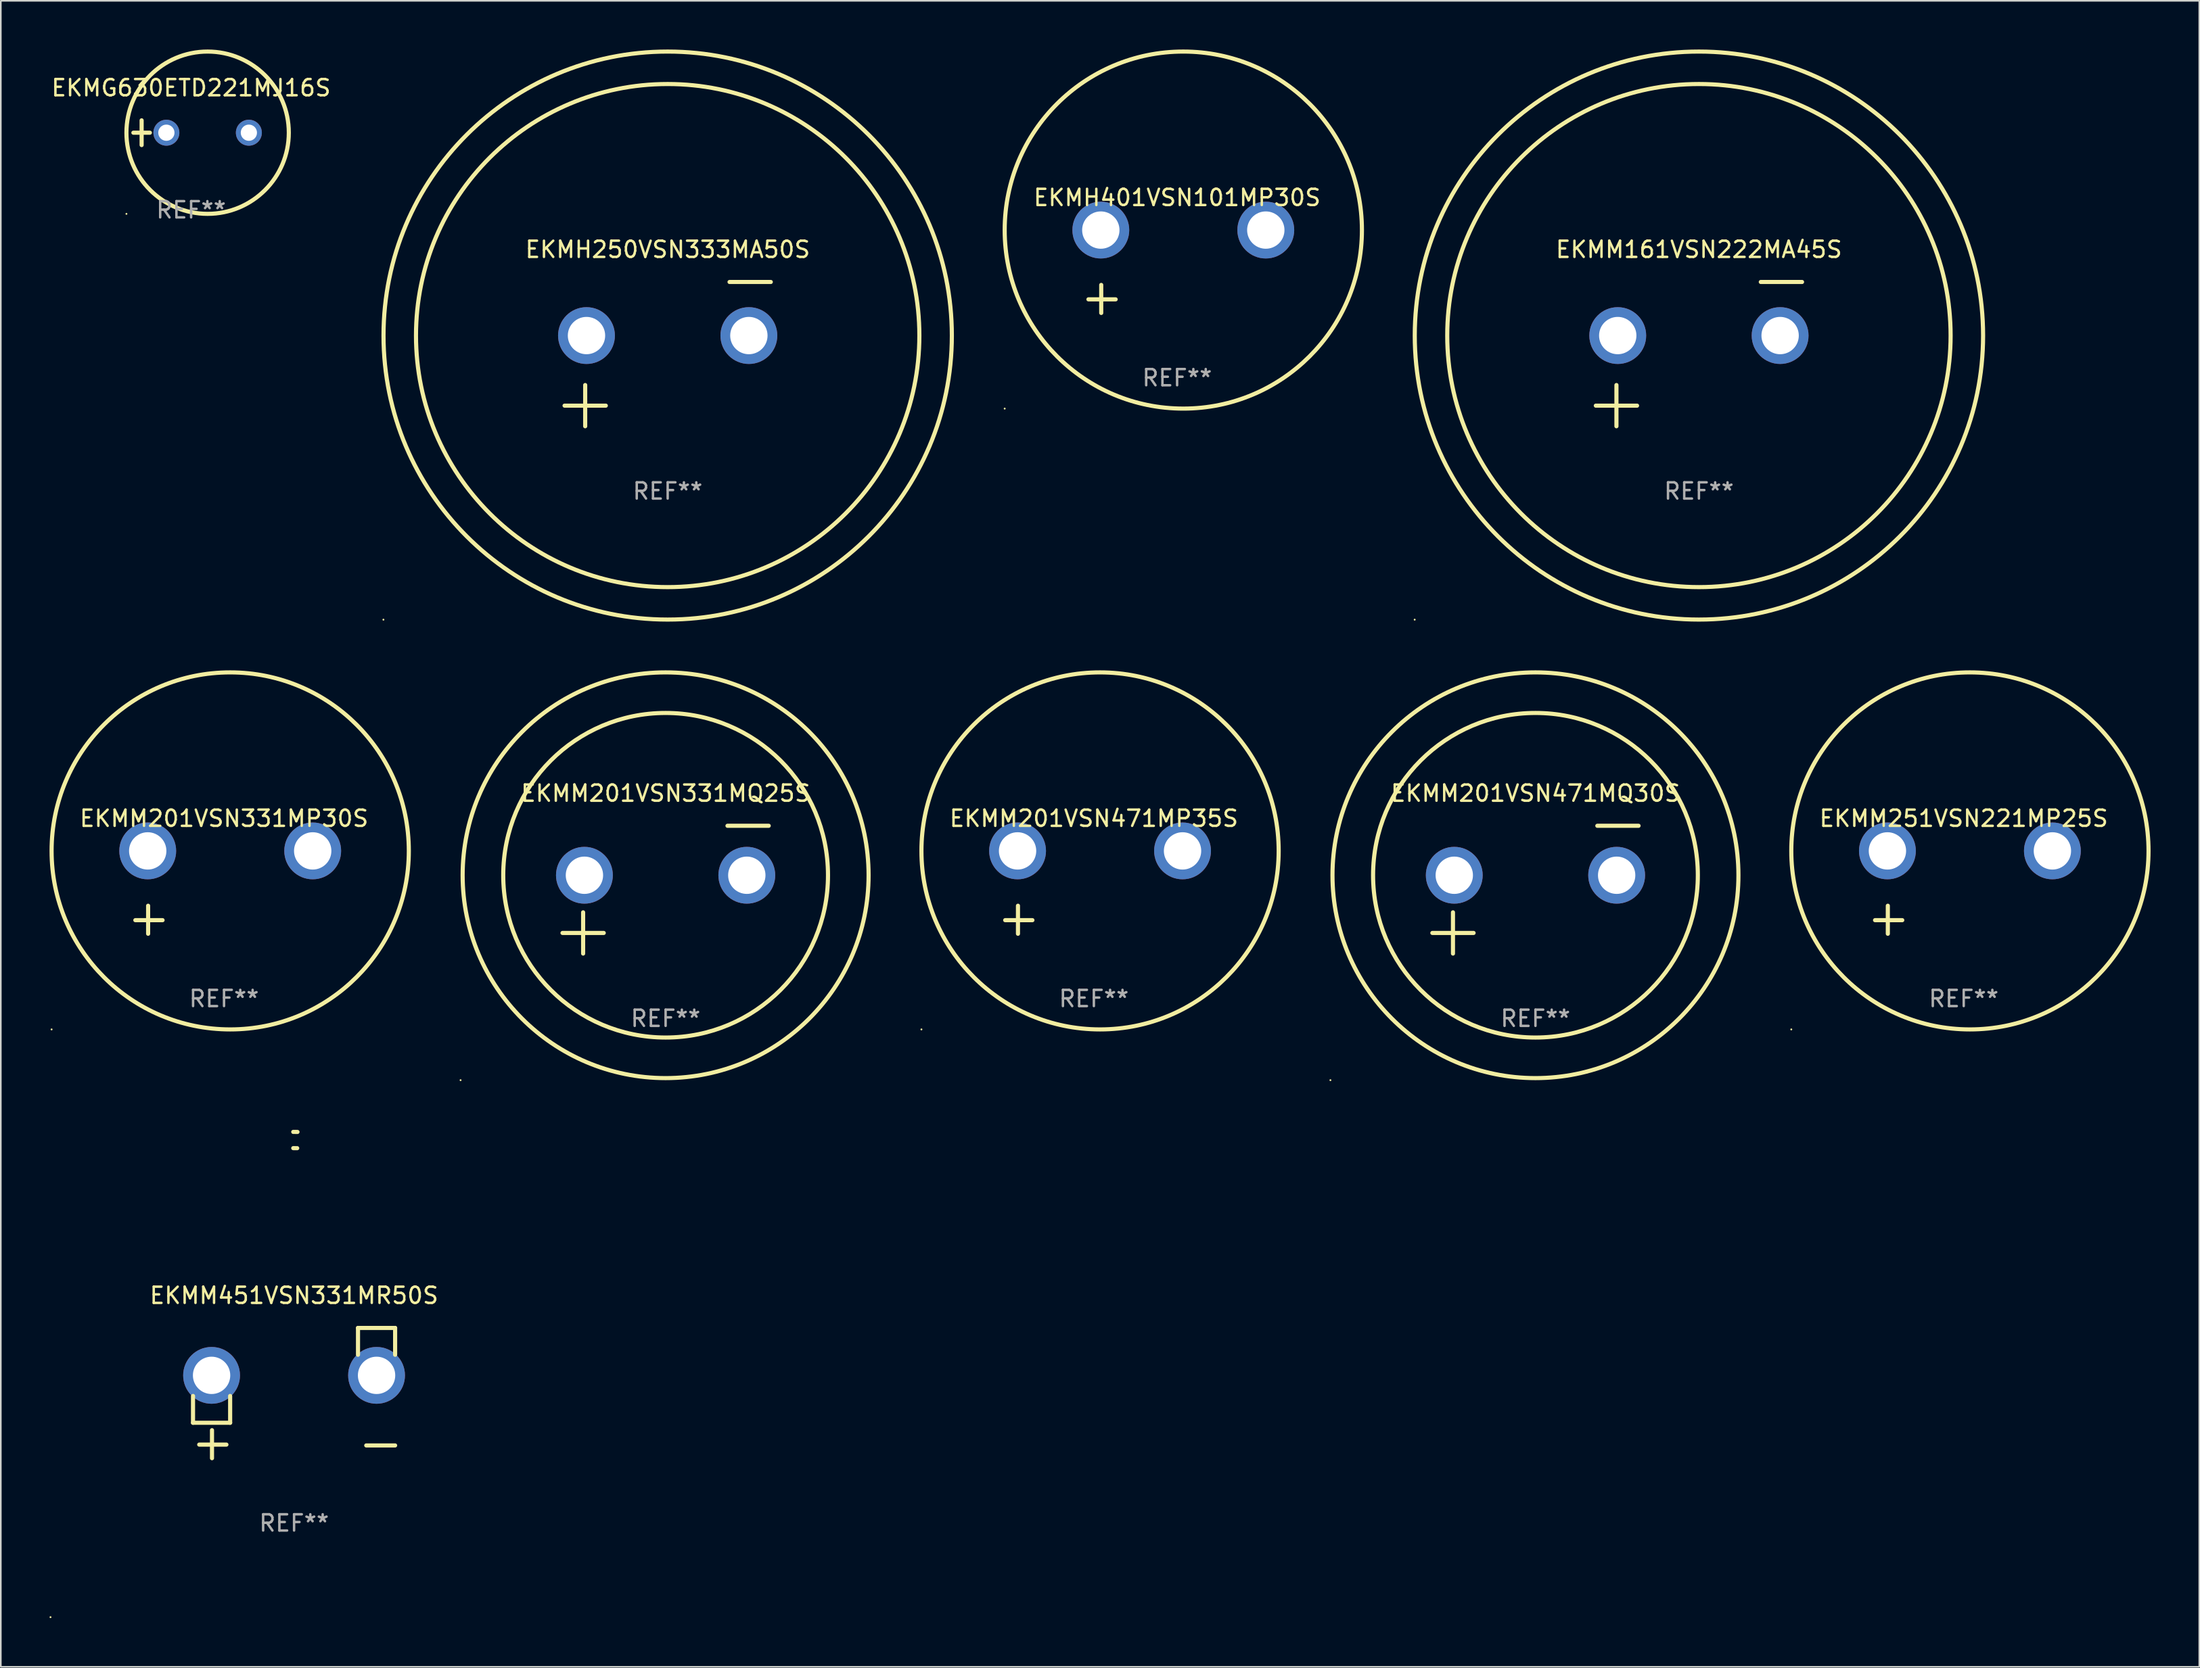
<source format=kicad_pcb>
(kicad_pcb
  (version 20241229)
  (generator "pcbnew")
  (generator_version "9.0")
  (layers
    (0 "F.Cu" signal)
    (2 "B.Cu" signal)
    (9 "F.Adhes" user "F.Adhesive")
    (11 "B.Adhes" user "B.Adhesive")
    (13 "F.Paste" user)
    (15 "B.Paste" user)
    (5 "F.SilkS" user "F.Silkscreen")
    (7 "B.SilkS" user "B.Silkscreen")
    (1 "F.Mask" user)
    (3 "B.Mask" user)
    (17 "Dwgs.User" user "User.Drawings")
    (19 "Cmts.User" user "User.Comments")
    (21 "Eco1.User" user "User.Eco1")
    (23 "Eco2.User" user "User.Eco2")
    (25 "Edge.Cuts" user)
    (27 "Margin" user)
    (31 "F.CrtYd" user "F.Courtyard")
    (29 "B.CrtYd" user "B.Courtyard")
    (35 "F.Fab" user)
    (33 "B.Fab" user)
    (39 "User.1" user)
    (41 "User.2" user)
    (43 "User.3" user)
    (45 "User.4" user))
  (footprint "EKMM451VSN331MR50S"
    (layer "F.Cu")
    (at 15.06 82.789)
    (property "Reference" "EKMM451VSN331MR50S" (at 0 -6.013 0) (layer "F.SilkS") (effects (font (size 1 1) (thickness 0.15))))
    (attr through_hole)
    (fp_line (start -6.223 0.178) (end -6.223 1.829) (stroke (width 0.254) (type solid)) (layer "F.SilkS"))
    (fp_line (start -6.223 1.829) (end -3.937 1.829) (stroke (width 0.254) (type solid)) (layer "F.SilkS"))
    (fp_line (start -5.055 4.013) (end -5.055 2.286) (stroke (width 0.254) (type solid)) (layer "F.SilkS"))
    (fp_line (start -4.166 3.175) (end -5.842 3.175) (stroke (width 0.254) (type solid)) (layer "F.SilkS"))
    (fp_line (start -3.937 1.829) (end -3.937 0.178) (stroke (width 0.254) (type solid)) (layer "F.SilkS"))
    (fp_line (start 3.937 -4.013) (end 3.937 -2.362) (stroke (width 0.254) (type solid)) (layer "F.SilkS"))
    (fp_line (start 6.223 -4.013) (end 3.937 -4.013) (stroke (width 0.254) (type solid)) (layer "F.SilkS"))
    (fp_line (start 6.223 -2.362) (end 6.223 -4.013) (stroke (width 0.254) (type solid)) (layer "F.SilkS"))
    (fp_line (start 6.223 3.226) (end 4.445 3.226) (stroke (width 0.254) (type solid)) (layer "F.SilkS"))
    (fp_arc (start -0.0508 -16.093472) (mid 0.080016 -16.092762) (end 0.210821 -16.090932) (stroke (width 0.254001) (type solid)) (layer "F.SilkS"))
    (fp_arc (start -0.0508 -15.09271) (mid 0.071125 -15.091961) (end 0.19304 -15.09017) (stroke (width 0.254001) (type solid)) (layer "F.SilkS"))
    (fp_circle (center -15 13.808) (end -14.97 13.808) (stroke (width 0.06) (type solid)) (fill no) (layer "F.SilkS"))
    (fp_text user "REF**" (at 0 8.013 0) (layer "F.Fab") (effects (font (size 1 1) (thickness 0.15))))
    (pad "1" thru_hole circle (at -5.08 -1.092) (size 3.5 3.5) (drill 2.3) (layers "*.Cu" "*.Mask"))
    (pad "2" thru_hole circle (at 5.08 -1.092) (size 3.5 3.5) (drill 2.3) (layers "*.Cu" "*.Mask")))
  (footprint "EKMM201VSN471MQ30S"
    (layer "F.Cu")
    (at 91.509 51.77)
    (property "Reference" "EKMM201VSN471MQ30S" (at 0 -5.937 0) (layer "F.SilkS") (effects (font (size 1 1) (thickness 0.15))))
    (attr through_hole)
    (fp_line (start -6.35 2.667) (end -3.81 2.667) (stroke (width 0.254) (type solid)) (layer "F.SilkS"))
    (fp_line (start -5.08 1.397) (end -5.08 3.937) (stroke (width 0.254) (type solid)) (layer "F.SilkS"))
    (fp_line (start 3.81 -3.937) (end 6.35 -3.937) (stroke (width 0.254) (type solid)) (layer "F.SilkS"))
    (fp_circle (center -12.627 11.738) (end -12.597 11.738) (stroke (width 0.06) (type solid)) (fill no) (layer "F.SilkS"))
    (fp_circle (center 0 -0.889) (end 10 -0.889) (stroke (width 0.254) (type solid)) (fill no) (layer "F.SilkS"))
    (fp_circle (center 0 -0.889) (end 12.5 -0.889) (stroke (width 0.254) (type solid)) (fill no) (layer "F.SilkS"))
    (fp_text user "REF**" (at 0 7.937 0) (layer "F.Fab") (effects (font (size 1 1) (thickness 0.15))))
    (pad "1" thru_hole circle (at -5 -0.889) (size 3.5 3.5) (drill 2.3) (layers "*.Cu" "*.Mask"))
    (pad "2" thru_hole circle (at 5 -0.889) (size 3.5 3.5) (drill 2.3) (layers "*.Cu" "*.Mask")))
  (footprint "EKMM201VSN331MQ25S"
    (layer "F.Cu")
    (at 37.941 51.77)
    (property "Reference" "EKMM201VSN331MQ25S" (at 0 -5.937 0) (layer "F.SilkS") (effects (font (size 1 1) (thickness 0.15))))
    (attr through_hole)
    (fp_line (start -6.35 2.667) (end -3.81 2.667) (stroke (width 0.254) (type solid)) (layer "F.SilkS"))
    (fp_line (start -5.08 1.397) (end -5.08 3.937) (stroke (width 0.254) (type solid)) (layer "F.SilkS"))
    (fp_line (start 3.81 -3.937) (end 6.35 -3.937) (stroke (width 0.254) (type solid)) (layer "F.SilkS"))
    (fp_circle (center -12.627 11.738) (end -12.597 11.738) (stroke (width 0.06) (type solid)) (fill no) (layer "F.SilkS"))
    (fp_circle (center 0 -0.889) (end 10 -0.889) (stroke (width 0.254) (type solid)) (fill no) (layer "F.SilkS"))
    (fp_circle (center 0 -0.889) (end 12.5 -0.889) (stroke (width 0.254) (type solid)) (fill no) (layer "F.SilkS"))
    (fp_text user "REF**" (at 0 7.937 0) (layer "F.Fab") (effects (font (size 1 1) (thickness 0.15))))
    (pad "1" thru_hole circle (at -5 -0.889) (size 3.5 3.5) (drill 2.3) (layers "*.Cu" "*.Mask"))
    (pad "2" thru_hole circle (at 5 -0.889) (size 3.5 3.5) (drill 2.3) (layers "*.Cu" "*.Mask")))
  (footprint "EKMG630ETD221MJ16S"
    (layer "F.Cu")
    (at 8.72 5.127)
    (property "Reference" "EKMG630ETD221MJ16S" (at 0 -2.762 0) (layer "F.SilkS") (effects (font (size 1 1) (thickness 0.15))))
    (attr through_hole)
    (fp_line (start -3.556 0) (end -2.54 0) (stroke (width 0.254) (type solid)) (layer "F.SilkS"))
    (fp_line (start -3.048 -0.762) (end -3.048 0.762) (stroke (width 0.254) (type solid)) (layer "F.SilkS"))
    (fp_circle (center -3.984 5) (end -3.954 5) (stroke (width 0.06) (type solid)) (fill no) (layer "F.SilkS"))
    (fp_circle (center 1.016 0) (end 6.016 0) (stroke (width 0.254) (type solid)) (fill no) (layer "F.SilkS"))
    (fp_text user "REF**" (at 0 4.762 0) (layer "F.Fab") (effects (font (size 1 1) (thickness 0.15))))
    (pad "1" thru_hole circle (at -1.524 0) (size 1.6 1.6) (drill 1) (layers "*.Cu" "*.Mask"))
    (pad "2" thru_hole circle (at 3.556 0) (size 1.6 1.6) (drill 1) (layers "*.Cu" "*.Mask")))
  (footprint "EKMM161VSN222MA45S"
    (layer "F.Cu")
    (at 101.576 18.77)
    (property "Reference" "EKMM161VSN222MA45S" (at 0 -6.445 0) (layer "F.SilkS") (effects (font (size 1 1) (thickness 0.15))))
    (attr through_hole)
    (fp_line (start -6.35 3.175) (end -3.81 3.175) (stroke (width 0.254) (type solid)) (layer "F.SilkS"))
    (fp_line (start -5.08 1.905) (end -5.08 4.445) (stroke (width 0.254) (type solid)) (layer "F.SilkS"))
    (fp_line (start 3.81 -4.445) (end 6.35 -4.445) (stroke (width 0.254) (type solid)) (layer "F.SilkS"))
    (fp_circle (center -17.505 16.362) (end -17.475 16.362) (stroke (width 0.06) (type solid)) (fill no) (layer "F.SilkS"))
    (fp_circle (center 0 -1.143) (end 15.5 -1.143) (stroke (width 0.254) (type solid)) (fill no) (layer "F.SilkS"))
    (fp_circle (center 0 -1.143) (end 17.5 -1.143) (stroke (width 0.254) (type solid)) (fill no) (layer "F.SilkS"))
    (fp_text user "REF**" (at 0 8.445 0) (layer "F.Fab") (effects (font (size 1 1) (thickness 0.15))))
    (pad "1" thru_hole circle (at -5 -1.143) (size 3.5 3.5) (drill 2.3) (layers "*.Cu" "*.Mask"))
    (pad "2" thru_hole circle (at 5 -1.143) (size 3.5 3.5) (drill 2.3) (layers "*.Cu" "*.Mask")))
  (footprint "EKMM201VSN471MP35S"
    (layer "F.Cu")
    (at 64.314 51.934)
    (property "Reference" "EKMM201VSN471MP35S" (at 0 -4.553 0) (layer "F.SilkS") (effects (font (size 1 1) (thickness 0.15))))
    (attr through_hole)
    (fp_line (start -4.674 2.553) (end -4.674 0.826) (stroke (width 0.254) (type solid)) (layer "F.SilkS"))
    (fp_line (start -3.785 1.715) (end -5.461 1.715) (stroke (width 0.254) (type solid)) (layer "F.SilkS"))
    (fp_circle (center -10.619 8.447) (end -10.589 8.447) (stroke (width 0.06) (type solid)) (fill no) (layer "F.SilkS"))
    (fp_circle (center 0.381 -2.553) (end 11.381 -2.553) (stroke (width 0.254) (type solid)) (fill no) (layer "F.SilkS"))
    (fp_text user "REF**" (at 0 6.553 0) (layer "F.Fab") (effects (font (size 1 1) (thickness 0.15))))
    (pad "1" thru_hole circle (at -4.699 -2.553) (size 3.5 3.5) (drill 2.3) (layers "*.Cu" "*.Mask"))
    (pad "2" thru_hole circle (at 5.461 -2.553) (size 3.5 3.5) (drill 2.3) (layers "*.Cu" "*.Mask")))
  (footprint "EKMM201VSN331MP30S"
    (layer "F.Cu")
    (at 10.746 51.934)
    (property "Reference" "EKMM201VSN331MP30S" (at 0 -4.553 0) (layer "F.SilkS") (effects (font (size 1 1) (thickness 0.15))))
    (attr through_hole)
    (fp_line (start -4.674 2.553) (end -4.674 0.826) (stroke (width 0.254) (type solid)) (layer "F.SilkS"))
    (fp_line (start -3.785 1.715) (end -5.461 1.715) (stroke (width 0.254) (type solid)) (layer "F.SilkS"))
    (fp_circle (center -10.619 8.447) (end -10.589 8.447) (stroke (width 0.06) (type solid)) (fill no) (layer "F.SilkS"))
    (fp_circle (center 0.381 -2.553) (end 11.381 -2.553) (stroke (width 0.254) (type solid)) (fill no) (layer "F.SilkS"))
    (fp_text user "REF**" (at 0 6.553 0) (layer "F.Fab") (effects (font (size 1 1) (thickness 0.15))))
    (pad "1" thru_hole circle (at -4.699 -2.553) (size 3.5 3.5) (drill 2.3) (layers "*.Cu" "*.Mask"))
    (pad "2" thru_hole circle (at 5.461 -2.553) (size 3.5 3.5) (drill 2.3) (layers "*.Cu" "*.Mask")))
  (footprint "EKMH250VSN333MA50S"
    (layer "F.Cu")
    (at 38.068 18.77)
    (property "Reference" "EKMH250VSN333MA50S" (at 0 -6.445 0) (layer "F.SilkS") (effects (font (size 1 1) (thickness 0.15))))
    (attr through_hole)
    (fp_line (start -6.35 3.175) (end -3.81 3.175) (stroke (width 0.254) (type solid)) (layer "F.SilkS"))
    (fp_line (start -5.08 1.905) (end -5.08 4.445) (stroke (width 0.254) (type solid)) (layer "F.SilkS"))
    (fp_line (start 3.81 -4.445) (end 6.35 -4.445) (stroke (width 0.254) (type solid)) (layer "F.SilkS"))
    (fp_circle (center -17.505 16.362) (end -17.475 16.362) (stroke (width 0.06) (type solid)) (fill no) (layer "F.SilkS"))
    (fp_circle (center 0 -1.143) (end 15.5 -1.143) (stroke (width 0.254) (type solid)) (fill no) (layer "F.SilkS"))
    (fp_circle (center 0 -1.143) (end 17.5 -1.143) (stroke (width 0.254) (type solid)) (fill no) (layer "F.SilkS"))
    (fp_text user "REF**" (at 0 8.445 0) (layer "F.Fab") (effects (font (size 1 1) (thickness 0.15))))
    (pad "1" thru_hole circle (at -5 -1.143) (size 3.5 3.5) (drill 2.3) (layers "*.Cu" "*.Mask"))
    (pad "2" thru_hole circle (at 5 -1.143) (size 3.5 3.5) (drill 2.3) (layers "*.Cu" "*.Mask")))
  (footprint "EKMH401VSN101MP30S"
    (layer "F.Cu")
    (at 69.441 13.68)
    (property "Reference" "EKMH401VSN101MP30S" (at 0 -4.553 0) (layer "F.SilkS") (effects (font (size 1 1) (thickness 0.15))))
    (attr through_hole)
    (fp_line (start -4.674 2.553) (end -4.674 0.826) (stroke (width 0.254) (type solid)) (layer "F.SilkS"))
    (fp_line (start -3.785 1.715) (end -5.461 1.715) (stroke (width 0.254) (type solid)) (layer "F.SilkS"))
    (fp_circle (center -10.619 8.447) (end -10.589 8.447) (stroke (width 0.06) (type solid)) (fill no) (layer "F.SilkS"))
    (fp_circle (center 0.381 -2.553) (end 11.381 -2.553) (stroke (width 0.254) (type solid)) (fill no) (layer "F.SilkS"))
    (fp_text user "REF**" (at 0 6.553 0) (layer "F.Fab") (effects (font (size 1 1) (thickness 0.15))))
    (pad "1" thru_hole circle (at -4.699 -2.553) (size 3.5 3.5) (drill 2.3) (layers "*.Cu" "*.Mask"))
    (pad "2" thru_hole circle (at 5.461 -2.553) (size 3.5 3.5) (drill 2.3) (layers "*.Cu" "*.Mask")))
  (footprint "EKMM251VSN221MP25S"
    (layer "F.Cu")
    (at 117.883 51.934)
    (property "Reference" "EKMM251VSN221MP25S" (at 0 -4.553 0) (layer "F.SilkS") (effects (font (size 1 1) (thickness 0.15))))
    (attr through_hole)
    (fp_line (start -4.674 2.553) (end -4.674 0.826) (stroke (width 0.254) (type solid)) (layer "F.SilkS"))
    (fp_line (start -3.785 1.715) (end -5.461 1.715) (stroke (width 0.254) (type solid)) (layer "F.SilkS"))
    (fp_circle (center -10.619 8.447) (end -10.589 8.447) (stroke (width 0.06) (type solid)) (fill no) (layer "F.SilkS"))
    (fp_circle (center 0.381 -2.553) (end 11.381 -2.553) (stroke (width 0.254) (type solid)) (fill no) (layer "F.SilkS"))
    (fp_text user "REF**" (at 0 6.553 0) (layer "F.Fab") (effects (font (size 1 1) (thickness 0.15))))
    (pad "1" thru_hole circle (at -4.699 -2.553) (size 3.5 3.5) (drill 2.3) (layers "*.Cu" "*.Mask"))
    (pad "2" thru_hole circle (at 5.461 -2.553) (size 3.5 3.5) (drill 2.3) (layers "*.Cu" "*.Mask")))
  (gr_rect
    (start -3 -3)
    (end 132.391 99.657)
    (stroke (width 0.1) (type default))
    (fill no)
    (layer "Edge.Cuts")))
</source>
